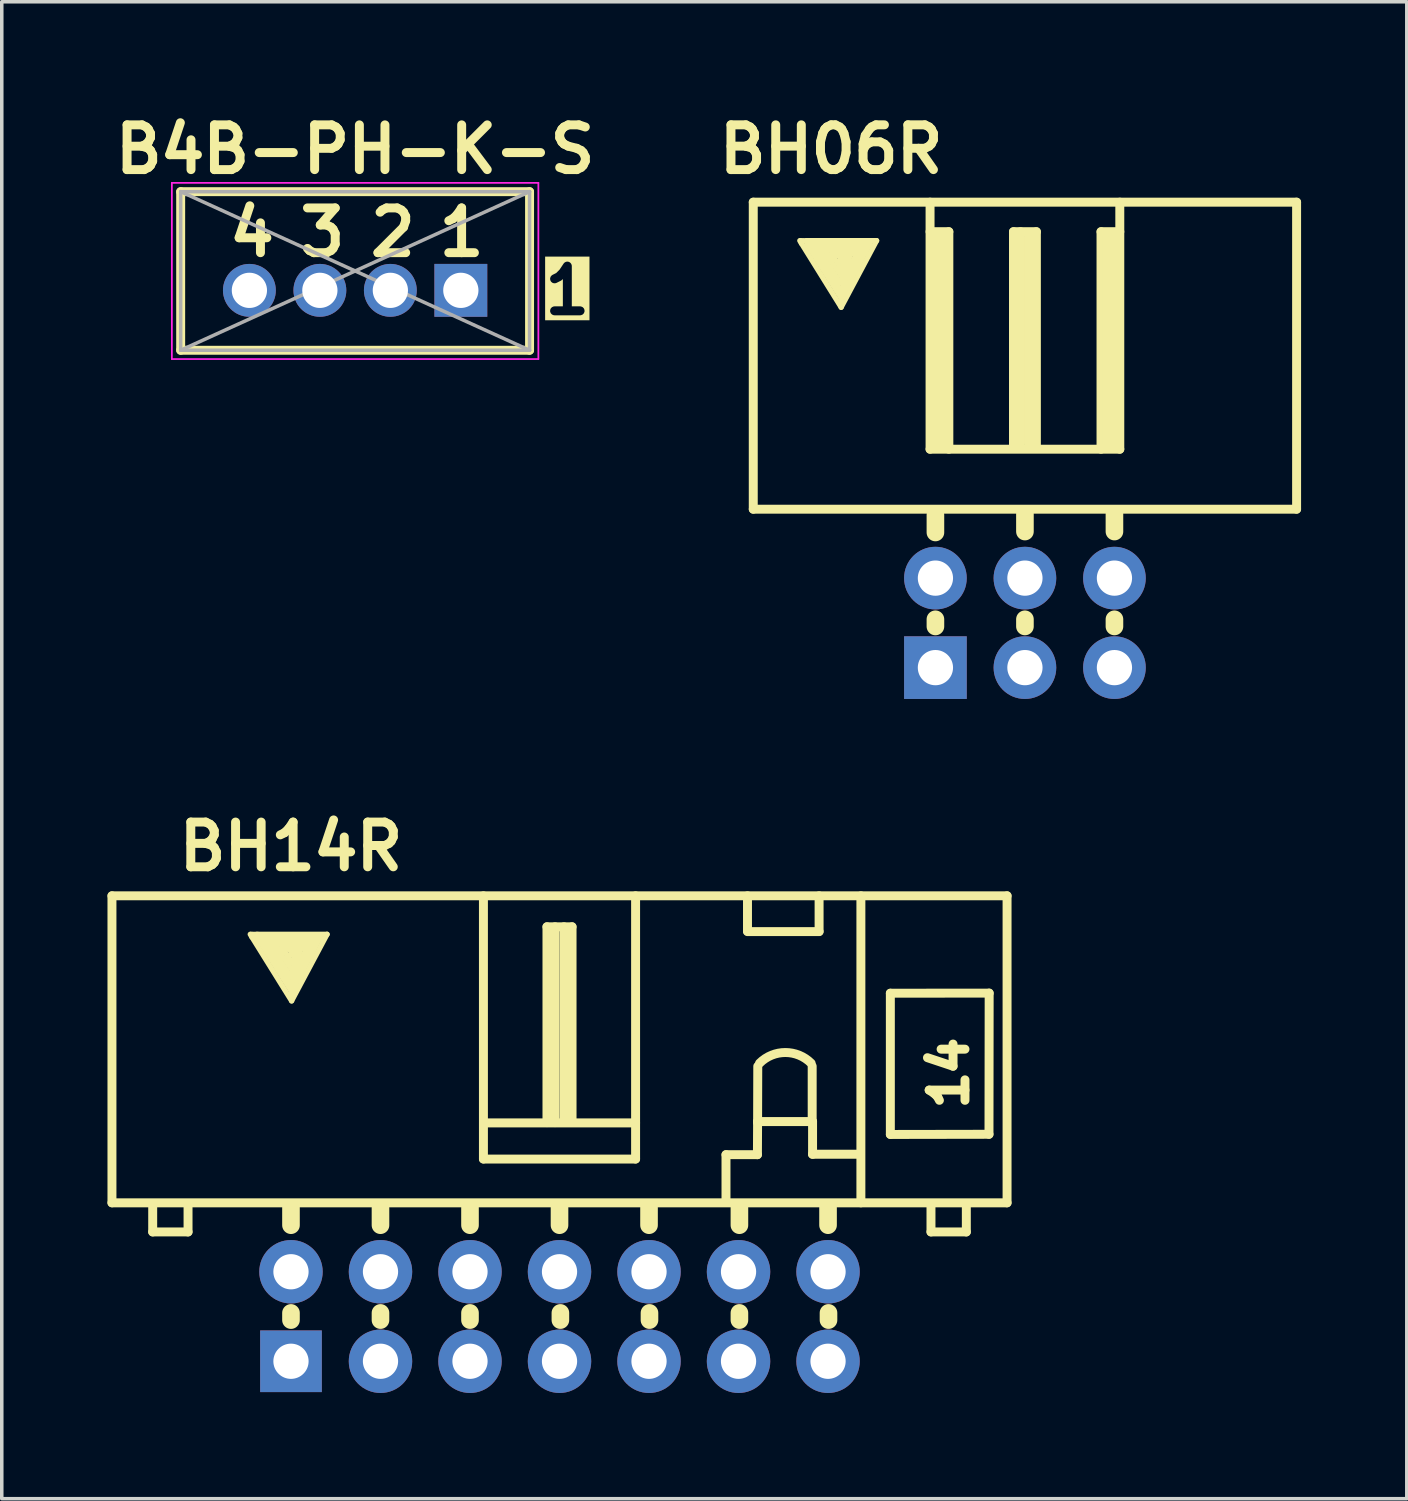
<source format=kicad_pcb>
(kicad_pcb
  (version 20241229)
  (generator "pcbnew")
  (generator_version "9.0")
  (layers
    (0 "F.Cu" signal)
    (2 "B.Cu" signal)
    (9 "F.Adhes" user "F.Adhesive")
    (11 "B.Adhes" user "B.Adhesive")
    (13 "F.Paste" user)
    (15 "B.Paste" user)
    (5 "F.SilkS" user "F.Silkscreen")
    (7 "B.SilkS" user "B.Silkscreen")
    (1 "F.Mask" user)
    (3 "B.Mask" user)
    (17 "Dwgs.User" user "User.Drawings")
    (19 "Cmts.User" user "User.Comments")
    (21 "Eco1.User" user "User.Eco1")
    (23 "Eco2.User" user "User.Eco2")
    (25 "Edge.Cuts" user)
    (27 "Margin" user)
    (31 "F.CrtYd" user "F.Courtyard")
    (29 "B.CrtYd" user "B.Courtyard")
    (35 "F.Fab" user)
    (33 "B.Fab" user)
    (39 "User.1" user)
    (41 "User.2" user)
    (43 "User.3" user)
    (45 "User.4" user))
  (footprint "B4B-PH-K-S"
    (layer "F.Cu")
    (at 7.027 5.189)
    (property "Reference" "B4B-PH-K-S" (at 0 -4 0) (layer "F.SilkS") (effects (font (size 1.27 1.27) (thickness 0.254))))
    (attr through_hole)
    (fp_line (start -4.95 -2.8) (end -4.95 1.7) (stroke (width 0.254) (type solid)) (layer "F.SilkS"))
    (fp_line (start 4.95 -2.8) (end -4.95 -2.8) (stroke (width 0.254) (type solid)) (layer "F.SilkS"))
    (fp_line (start 4.95 -2.8) (end 4.95 1.7) (stroke (width 0.254) (type solid)) (layer "F.SilkS"))
    (fp_line (start 4.95 1.7) (end -4.95 1.7) (stroke (width 0.254) (type solid)) (layer "F.SilkS"))
    (fp_line (start -5.2 -3.05) (end 5.2 -3.05) (stroke (width 0.05) (type solid)) (layer "F.CrtYd"))
    (fp_line (start -5.2 1.95) (end -5.2 -3.05) (stroke (width 0.05) (type solid)) (layer "F.CrtYd"))
    (fp_line (start 5.2 -3.05) (end 5.2 1.95) (stroke (width 0.05) (type solid)) (layer "F.CrtYd"))
    (fp_line (start 5.2 1.95) (end -5.2 1.95) (stroke (width 0.05) (type solid)) (layer "F.CrtYd"))
    (fp_line (start -4.95 -2.8) (end 4.95 -2.8) (stroke (width 0.1) (type default)) (layer "F.Fab"))
    (fp_line (start -4.95 -2.8) (end 4.95 1.7) (stroke (width 0.1) (type default)) (layer "F.Fab"))
    (fp_line (start -4.95 1.7) (end -4.95 -2.8) (stroke (width 0.1) (type default)) (layer "F.Fab"))
    (fp_line (start 4.95 -2.8) (end -4.95 1.7) (stroke (width 0.1) (type default)) (layer "F.Fab"))
    (fp_line (start 4.95 -2.8) (end 4.95 1.7) (stroke (width 0.1) (type default)) (layer "F.Fab"))
    (fp_line (start 4.95 1.7) (end -4.95 1.7) (stroke (width 0.1) (type default)) (layer "F.Fab"))
    (fp_text user "4" (at -3.7 -0.9 0) (unlocked yes) (layer "F.SilkS") (effects (font (size 1.27 1.27) (thickness 0.254) (bold yes)) (justify left bottom)))
    (fp_text user "2" (at 0.3 -0.9 0) (unlocked yes) (layer "F.SilkS") (effects (font (size 1.27 1.27) (thickness 0.254) (bold yes)) (justify left bottom)))
    (fp_text user "1" (at 5.25 0.75 0) (unlocked yes) (layer "F.SilkS" knockout) (effects (font (size 1.27 1.27) (thickness 0.254) (bold yes)) (justify left bottom)))
    (fp_text user "3" (at -1.7 -0.9 0) (unlocked yes) (layer "F.SilkS") (effects (font (size 1.27 1.27) (thickness 0.254) (bold yes)) (justify left bottom)))
    (fp_text user "1" (at 2.25 -0.9 0) (unlocked yes) (layer "F.SilkS") (effects (font (size 1.27 1.27) (thickness 0.254) (bold yes)) (justify left bottom)))
    (pad "1" thru_hole rect (at 3 0 180) (size 1.5 1.5) (drill 1) (layers "*.Cu" "*.Mask"))
    (pad "2" thru_hole circle (at 1 0 270) (size 1.5 1.5) (drill 1) (layers "*.Cu" "*.Mask"))
    (pad "3" thru_hole circle (at -1 0 270) (size 1.5 1.5) (drill 1) (layers "*.Cu" "*.Mask"))
    (pad "4" thru_hole circle (at -3 0 270) (size 1.5 1.5) (drill 1) (layers "*.Cu" "*.Mask")))
  (footprint "BH06R"
    (layer "F.Cu")
    (at 26.034 14.625)
    (property "Reference" "BH06R" (at -5.499 -13.437 0) (layer "F.SilkS") (effects (font (size 1.27 1.27) (thickness 0.254))))
    (attr through_hole)
    (fp_line (start -7.709 -11.938) (end 7.709 -11.938) (stroke (width 0.254) (type solid)) (layer "F.SilkS"))
    (fp_line (start -7.709 -3.226) (end -7.709 -11.938) (stroke (width 0.254) (type solid)) (layer "F.SilkS"))
    (fp_line (start -6.342 -10.77) (end -6.388 -10.846) (stroke (width 0.15) (type solid)) (layer "F.SilkS"))
    (fp_line (start -6.205 -10.846) (end -4.209 -10.846) (stroke (width 0.15) (type solid)) (layer "F.SilkS"))
    (fp_line (start -6.19 -10.762) (end -5.215 -9.215) (stroke (width 0.15) (type solid)) (layer "F.SilkS"))
    (fp_line (start -6.17 -10.841) (end -6.363 -10.846) (stroke (width 0.15) (type solid)) (layer "F.SilkS"))
    (fp_line (start -6.06 -10.77) (end -5.23 -9.428) (stroke (width 0.15) (type solid)) (layer "F.SilkS"))
    (fp_line (start -5.931 -10.671) (end -5.23 -9.642) (stroke (width 0.15) (type solid)) (layer "F.SilkS"))
    (fp_line (start -5.718 -10.564) (end -5.192 -9.817) (stroke (width 0.15) (type solid)) (layer "F.SilkS"))
    (fp_line (start -5.489 -10.472) (end -5.199 -10.03) (stroke (width 0.15) (type solid)) (layer "F.SilkS"))
    (fp_line (start -5.471 -10.351) (end -5.794 -10.615) (stroke (width 0.15) (type solid)) (layer "F.SilkS"))
    (fp_line (start -5.337 -10.434) (end -5.161 -10.328) (stroke (width 0.15) (type solid)) (layer "F.SilkS"))
    (fp_line (start -5.268 -10.259) (end -5.26 -10.251) (stroke (width 0.15) (type solid)) (layer "F.SilkS"))
    (fp_line (start -5.23 -9.642) (end -4.689 -10.617) (stroke (width 0.15) (type solid)) (layer "F.SilkS"))
    (fp_line (start -5.23 -9.428) (end -4.559 -10.686) (stroke (width 0.15) (type solid)) (layer "F.SilkS"))
    (fp_line (start -5.215 -9.215) (end -4.399 -10.762) (stroke (width 0.15) (type solid)) (layer "F.SilkS"))
    (fp_line (start -5.215 -8.956) (end -6.342 -10.77) (stroke (width 0.15) (type solid)) (layer "F.SilkS"))
    (fp_line (start -5.199 -10.03) (end -5.055 -10.48) (stroke (width 0.15) (type solid)) (layer "F.SilkS"))
    (fp_line (start -5.192 -9.817) (end -4.902 -10.556) (stroke (width 0.15) (type solid)) (layer "F.SilkS"))
    (fp_line (start -5.161 -10.328) (end -5.268 -10.259) (stroke (width 0.15) (type solid)) (layer "F.SilkS"))
    (fp_line (start -5.154 -9.406) (end -5.215 -9.108) (stroke (width 0.15) (type solid)) (layer "F.SilkS"))
    (fp_line (start -5.055 -10.48) (end -5.337 -10.434) (stroke (width 0.15) (type solid)) (layer "F.SilkS"))
    (fp_line (start -4.902 -10.556) (end -5.489 -10.472) (stroke (width 0.15) (type solid)) (layer "F.SilkS"))
    (fp_line (start -4.757 -10.668) (end -4.864 -10.472) (stroke (width 0.15) (type solid)) (layer "F.SilkS"))
    (fp_line (start -4.689 -10.617) (end -5.718 -10.564) (stroke (width 0.15) (type solid)) (layer "F.SilkS"))
    (fp_line (start -4.559 -10.686) (end -5.931 -10.671) (stroke (width 0.15) (type solid)) (layer "F.SilkS"))
    (fp_line (start -4.399 -10.762) (end -6.06 -10.77) (stroke (width 0.15) (type solid)) (layer "F.SilkS"))
    (fp_line (start -4.209 -10.846) (end -5.215 -8.956) (stroke (width 0.15) (type solid)) (layer "F.SilkS"))
    (fp_line (start -2.692 -11.938) (end -2.692 -4.928) (stroke (width 0.254) (type solid)) (layer "F.SilkS"))
    (fp_line (start -2.692 -11.1) (end -2.159 -11.1) (stroke (width 0.254) (type solid)) (layer "F.SilkS"))
    (fp_line (start -2.692 -4.928) (end 2.692 -4.928) (stroke (width 0.254) (type solid)) (layer "F.SilkS"))
    (fp_line (start -2.54 -3.061) (end -2.54 -2.565) (stroke (width 0.5) (type solid)) (layer "F.SilkS"))
    (fp_line (start -2.54 -0.102) (end -2.54 0.102) (stroke (width 0.5) (type solid)) (layer "F.SilkS"))
    (fp_line (start -2.489 -10.973) (end -2.464 -5.029) (stroke (width 0.254) (type solid)) (layer "F.SilkS"))
    (fp_line (start -2.337 -10.998) (end -2.337 -5.029) (stroke (width 0.254) (type solid)) (layer "F.SilkS"))
    (fp_line (start -2.159 -11.1) (end -2.159 -4.928) (stroke (width 0.254) (type solid)) (layer "F.SilkS"))
    (fp_line (start -0.325 -11.1) (end 0.325 -11.1) (stroke (width 0.254) (type solid)) (layer "F.SilkS"))
    (fp_line (start -0.325 -4.95) (end -0.325 -11.1) (stroke (width 0.254) (type solid)) (layer "F.SilkS"))
    (fp_line (start -0.127 -11.1) (end -0.127 -5.055) (stroke (width 0.254) (type solid)) (layer "F.SilkS"))
    (fp_line (start 0 -3.086) (end 0 -2.591) (stroke (width 0.5) (type solid)) (layer "F.SilkS"))
    (fp_line (start 0 -0.102) (end 0 0.102) (stroke (width 0.5) (type solid)) (layer "F.SilkS"))
    (fp_line (start 0.102 -10.947) (end 0.102 -5.105) (stroke (width 0.254) (type solid)) (layer "F.SilkS"))
    (fp_line (start 0.325 -11.1) (end 0.325 -4.95) (stroke (width 0.254) (type solid)) (layer "F.SilkS"))
    (fp_line (start 2.159 -11.1) (end 2.159 -4.928) (stroke (width 0.254) (type solid)) (layer "F.SilkS"))
    (fp_line (start 2.337 -11.024) (end 2.337 -5.055) (stroke (width 0.254) (type solid)) (layer "F.SilkS"))
    (fp_line (start 2.489 -11.024) (end 2.565 -5.004) (stroke (width 0.254) (type solid)) (layer "F.SilkS"))
    (fp_line (start 2.54 -3.086) (end 2.54 -2.591) (stroke (width 0.5) (type solid)) (layer "F.SilkS"))
    (fp_line (start 2.54 -0.102) (end 2.54 0.102) (stroke (width 0.5) (type solid)) (layer "F.SilkS"))
    (fp_line (start 2.692 -11.1) (end 2.159 -11.1) (stroke (width 0.254) (type solid)) (layer "F.SilkS"))
    (fp_line (start 2.692 -4.928) (end 2.692 -11.938) (stroke (width 0.254) (type solid)) (layer "F.SilkS"))
    (fp_line (start 7.709 -11.938) (end 7.709 -3.226) (stroke (width 0.254) (type solid)) (layer "F.SilkS"))
    (fp_line (start 7.709 -3.226) (end -7.709 -3.226) (stroke (width 0.254) (type solid)) (layer "F.SilkS"))
    (pad "1" thru_hole rect (at -2.54 1.27) (size 1.778 1.778) (drill 1) (layers "*.Cu" "*.Mask"))
    (pad "2" thru_hole circle (at -2.54 -1.27) (size 1.778 1.778) (drill 1) (layers "*.Cu" "*.Mask"))
    (pad "3" thru_hole circle (at 0 1.27) (size 1.778 1.778) (drill 1) (layers "*.Cu" "*.Mask"))
    (pad "4" thru_hole circle (at 0 -1.27) (size 1.778 1.778) (drill 1) (layers "*.Cu" "*.Mask"))
    (pad "5" thru_hole circle (at 2.54 1.27) (size 1.778 1.778) (drill 1) (layers "*.Cu" "*.Mask"))
    (pad "6" thru_hole circle (at 2.54 -1.27) (size 1.778 1.778) (drill 1) (layers "*.Cu" "*.Mask")))
  (footprint "BH14R"
    (layer "F.Cu")
    (at 12.827 34.308)
    (property "Reference" "BH14R" (at -7.62 -13.335 0) (layer "F.SilkS") (effects (font (size 1.27 1.27) (thickness 0.254))))
    (attr through_hole)
    (fp_line (start -12.7 -11.938) (end 12.7 -11.938) (stroke (width 0.254) (type solid)) (layer "F.SilkS"))
    (fp_line (start -12.7 -3.226) (end -12.7 -11.938) (stroke (width 0.254) (type solid)) (layer "F.SilkS"))
    (fp_line (start -12.7 -3.226) (end 12.7 -3.226) (stroke (width 0.254) (type solid)) (layer "F.SilkS"))
    (fp_line (start -11.544 -3.175) (end -11.544 -2.4) (stroke (width 0.254) (type solid)) (layer "F.SilkS"))
    (fp_line (start -11.544 -2.4) (end -10.541 -2.4) (stroke (width 0.254) (type solid)) (layer "F.SilkS"))
    (fp_line (start -10.541 -2.4) (end -10.541 -3.175) (stroke (width 0.254) (type solid)) (layer "F.SilkS"))
    (fp_line (start -8.73 -10.77) (end -8.776 -10.846) (stroke (width 0.15) (type solid)) (layer "F.SilkS"))
    (fp_line (start -8.593 -10.846) (end -6.596 -10.846) (stroke (width 0.15) (type solid)) (layer "F.SilkS"))
    (fp_line (start -8.578 -10.762) (end -7.602 -9.215) (stroke (width 0.15) (type solid)) (layer "F.SilkS"))
    (fp_line (start -8.557 -10.841) (end -8.75 -10.846) (stroke (width 0.15) (type solid)) (layer "F.SilkS"))
    (fp_line (start -8.448 -10.77) (end -7.617 -9.428) (stroke (width 0.15) (type solid)) (layer "F.SilkS"))
    (fp_line (start -8.319 -10.671) (end -7.617 -9.642) (stroke (width 0.15) (type solid)) (layer "F.SilkS"))
    (fp_line (start -8.105 -10.564) (end -7.579 -9.817) (stroke (width 0.15) (type solid)) (layer "F.SilkS"))
    (fp_line (start -7.877 -10.472) (end -7.587 -10.03) (stroke (width 0.15) (type solid)) (layer "F.SilkS"))
    (fp_line (start -7.859 -10.351) (end -8.181 -10.615) (stroke (width 0.15) (type solid)) (layer "F.SilkS"))
    (fp_line (start -7.724 -10.434) (end -7.549 -10.328) (stroke (width 0.15) (type solid)) (layer "F.SilkS"))
    (fp_line (start -7.656 -10.259) (end -7.648 -10.251) (stroke (width 0.15) (type solid)) (layer "F.SilkS"))
    (fp_line (start -7.62 -3.086) (end -7.62 -2.591) (stroke (width 0.5) (type solid)) (layer "F.SilkS"))
    (fp_line (start -7.62 -0.102) (end -7.62 0.102) (stroke (width 0.5) (type solid)) (layer "F.SilkS"))
    (fp_line (start -7.617 -9.642) (end -7.076 -10.617) (stroke (width 0.15) (type solid)) (layer "F.SilkS"))
    (fp_line (start -7.617 -9.428) (end -6.947 -10.686) (stroke (width 0.15) (type solid)) (layer "F.SilkS"))
    (fp_line (start -7.602 -9.215) (end -6.787 -10.762) (stroke (width 0.15) (type solid)) (layer "F.SilkS"))
    (fp_line (start -7.602 -8.956) (end -8.73 -10.77) (stroke (width 0.15) (type solid)) (layer "F.SilkS"))
    (fp_line (start -7.587 -10.03) (end -7.442 -10.48) (stroke (width 0.15) (type solid)) (layer "F.SilkS"))
    (fp_line (start -7.579 -9.817) (end -7.29 -10.556) (stroke (width 0.15) (type solid)) (layer "F.SilkS"))
    (fp_line (start -7.549 -10.328) (end -7.656 -10.259) (stroke (width 0.15) (type solid)) (layer "F.SilkS"))
    (fp_line (start -7.541 -9.406) (end -7.602 -9.108) (stroke (width 0.15) (type solid)) (layer "F.SilkS"))
    (fp_line (start -7.442 -10.48) (end -7.724 -10.434) (stroke (width 0.15) (type solid)) (layer "F.SilkS"))
    (fp_line (start -7.29 -10.556) (end -7.877 -10.472) (stroke (width 0.15) (type solid)) (layer "F.SilkS"))
    (fp_line (start -7.145 -10.668) (end -7.252 -10.472) (stroke (width 0.15) (type solid)) (layer "F.SilkS"))
    (fp_line (start -7.076 -10.617) (end -8.105 -10.564) (stroke (width 0.15) (type solid)) (layer "F.SilkS"))
    (fp_line (start -6.947 -10.686) (end -8.319 -10.671) (stroke (width 0.15) (type solid)) (layer "F.SilkS"))
    (fp_line (start -6.787 -10.762) (end -8.448 -10.77) (stroke (width 0.15) (type solid)) (layer "F.SilkS"))
    (fp_line (start -6.596 -10.846) (end -7.602 -8.956) (stroke (width 0.15) (type solid)) (layer "F.SilkS"))
    (fp_line (start -5.08 -3.086) (end -5.08 -2.591) (stroke (width 0.5) (type solid)) (layer "F.SilkS"))
    (fp_line (start -5.08 -0.102) (end -5.08 0.102) (stroke (width 0.5) (type solid)) (layer "F.SilkS"))
    (fp_line (start -2.54 -3.086) (end -2.54 -2.591) (stroke (width 0.5) (type solid)) (layer "F.SilkS"))
    (fp_line (start -2.54 -0.102) (end -2.54 0.102) (stroke (width 0.5) (type solid)) (layer "F.SilkS"))
    (fp_line (start -2.159 -4.47) (end -2.159 -11.938) (stroke (width 0.254) (type solid)) (layer "F.SilkS"))
    (fp_line (start -2.141 -5.494) (end 2.159 -5.494) (stroke (width 0.254) (type solid)) (layer "F.SilkS"))
    (fp_line (start -0.356 -11.059) (end 0.356 -11.059) (stroke (width 0.254) (type solid)) (layer "F.SilkS"))
    (fp_line (start -0.356 -5.502) (end -0.356 -11.059) (stroke (width 0.254) (type solid)) (layer "F.SilkS"))
    (fp_line (start -0.127 -5.502) (end -0.127 -11.059) (stroke (width 0.254) (type solid)) (layer "F.SilkS"))
    (fp_line (start 0 -3.086) (end 0 -2.591) (stroke (width 0.5) (type solid)) (layer "F.SilkS"))
    (fp_line (start 0.025 -0.102) (end 0.025 0.102) (stroke (width 0.5) (type solid)) (layer "F.SilkS"))
    (fp_line (start 0.127 -11.059) (end 0.127 -5.512) (stroke (width 0.254) (type solid)) (layer "F.SilkS"))
    (fp_line (start 0.356 -11.059) (end 0.356 -5.512) (stroke (width 0.254) (type solid)) (layer "F.SilkS"))
    (fp_line (start 2.159 -4.47) (end 2.159 -11.938) (stroke (width 0.254) (type solid)) (layer "F.SilkS"))
    (fp_line (start 2.159 -4.468) (end -2.159 -4.468) (stroke (width 0.254) (type solid)) (layer "F.SilkS"))
    (fp_line (start 2.54 -3.086) (end 2.54 -2.591) (stroke (width 0.5) (type solid)) (layer "F.SilkS"))
    (fp_line (start 2.553 -0.102) (end 2.553 0.102) (stroke (width 0.5) (type solid)) (layer "F.SilkS"))
    (fp_line (start 4.724 -4.592) (end 4.724 -3.259) (stroke (width 0.254) (type solid)) (layer "F.SilkS"))
    (fp_line (start 4.724 -4.592) (end 5.616 -4.592) (stroke (width 0.254) (type solid)) (layer "F.SilkS"))
    (fp_line (start 5.105 -3.086) (end 5.105 -2.591) (stroke (width 0.5) (type solid)) (layer "F.SilkS"))
    (fp_line (start 5.105 -0.102) (end 5.105 0.102) (stroke (width 0.5) (type solid)) (layer "F.SilkS"))
    (fp_line (start 5.334 -11.938) (end 5.334 -10.937) (stroke (width 0.254) (type solid)) (layer "F.SilkS"))
    (fp_line (start 5.334 -10.922) (end 7.366 -10.922) (stroke (width 0.254) (type solid)) (layer "F.SilkS"))
    (fp_line (start 5.616 -4.592) (end 5.621 -5.532) (stroke (width 0.254) (type solid)) (layer "F.SilkS"))
    (fp_line (start 5.621 -5.532) (end 7.181 -5.532) (stroke (width 0.254) (type solid)) (layer "F.SilkS"))
    (fp_line (start 5.621 -5.507) (end 5.626 -7.102) (stroke (width 0.254) (type solid)) (layer "F.SilkS"))
    (fp_line (start 7.17 -5.527) (end 7.17 -7.102) (stroke (width 0.254) (type solid)) (layer "F.SilkS"))
    (fp_line (start 7.181 -5.532) (end 7.181 -4.602) (stroke (width 0.254) (type solid)) (layer "F.SilkS"))
    (fp_line (start 7.366 -10.927) (end 7.366 -11.938) (stroke (width 0.254) (type solid)) (layer "F.SilkS"))
    (fp_line (start 7.62 -3.086) (end 7.62 -2.591) (stroke (width 0.5) (type solid)) (layer "F.SilkS"))
    (fp_line (start 7.633 -0.102) (end 7.633 0.102) (stroke (width 0.5) (type solid)) (layer "F.SilkS"))
    (fp_line (start 8.534 -4.605) (end 7.178 -4.605) (stroke (width 0.254) (type solid)) (layer "F.SilkS"))
    (fp_line (start 8.552 -11.938) (end 8.552 -3.226) (stroke (width 0.254) (type solid)) (layer "F.SilkS"))
    (fp_line (start 9.388 -9.174) (end 9.388 -5.169) (stroke (width 0.254) (type solid)) (layer "F.SilkS"))
    (fp_line (start 9.388 -5.166) (end 12.187 -5.171) (stroke (width 0.254) (type solid)) (layer "F.SilkS"))
    (fp_line (start 10.541 -3.175) (end 10.541 -2.4) (stroke (width 0.254) (type solid)) (layer "F.SilkS"))
    (fp_line (start 10.541 -2.4) (end 11.544 -2.4) (stroke (width 0.254) (type solid)) (layer "F.SilkS"))
    (fp_line (start 11.544 -2.4) (end 11.544 -3.175) (stroke (width 0.254) (type solid)) (layer "F.SilkS"))
    (fp_line (start 12.187 -5.171) (end 12.192 -9.177) (stroke (width 0.254) (type solid)) (layer "F.SilkS"))
    (fp_line (start 12.192 -9.177) (end 9.388 -9.174) (stroke (width 0.254) (type solid)) (layer "F.SilkS"))
    (fp_line (start 12.7 -3.226) (end 12.7 -11.938) (stroke (width 0.254) (type solid)) (layer "F.SilkS"))
    (fp_arc (start 5.6769 -7.1882) (mid 6.40842 -7.491206) (end 7.13994 -7.1882) (stroke (width 0.254) (type solid)) (layer "F.SilkS"))
    (fp_text user "14" (at 11.049 -6.909 90) (layer "F.SilkS") (effects (font (size 1.016 1.016) (thickness 0.254))))
    (pad "1" thru_hole rect (at -7.62 1.27) (size 1.75 1.75) (drill 1) (layers "*.Cu" "*.Mask"))
    (pad "2" thru_hole circle (at -7.62 -1.27) (size 1.8 1.8) (drill 1) (layers "*.Cu" "*.Mask"))
    (pad "3" thru_hole circle (at -5.08 1.27) (size 1.8 1.8) (drill 1) (layers "*.Cu" "*.Mask"))
    (pad "4" thru_hole circle (at -5.08 -1.27) (size 1.8 1.8) (drill 1) (layers "*.Cu" "*.Mask"))
    (pad "5" thru_hole circle (at -2.54 1.27) (size 1.8 1.8) (drill 1) (layers "*.Cu" "*.Mask"))
    (pad "6" thru_hole circle (at -2.54 -1.27) (size 1.8 1.8) (drill 1) (layers "*.Cu" "*.Mask"))
    (pad "7" thru_hole circle (at 0 1.27) (size 1.8 1.8) (drill 1) (layers "*.Cu" "*.Mask"))
    (pad "8" thru_hole circle (at 0 -1.27) (size 1.8 1.8) (drill 1) (layers "*.Cu" "*.Mask"))
    (pad "9" thru_hole circle (at 2.54 1.27) (size 1.8 1.8) (drill 1) (layers "*.Cu" "*.Mask"))
    (pad "10" thru_hole circle (at 2.54 -1.27) (size 1.8 1.8) (drill 1) (layers "*.Cu" "*.Mask"))
    (pad "11" thru_hole circle (at 5.08 1.27) (size 1.8 1.8) (drill 1) (layers "*.Cu" "*.Mask"))
    (pad "12" thru_hole circle (at 5.08 -1.27) (size 1.8 1.8) (drill 1) (layers "*.Cu" "*.Mask"))
    (pad "13" thru_hole circle (at 7.62 1.27) (size 1.8 1.8) (drill 1) (layers "*.Cu" "*.Mask"))
    (pad "14" thru_hole circle (at 7.62 -1.27) (size 1.8 1.8) (drill 1) (layers "*.Cu" "*.Mask")))
  (gr_rect
    (start -3 -3)
    (end 36.87 39.478)
    (stroke (width 0.1) (type default))
    (fill no)
    (layer "Edge.Cuts")))
</source>
